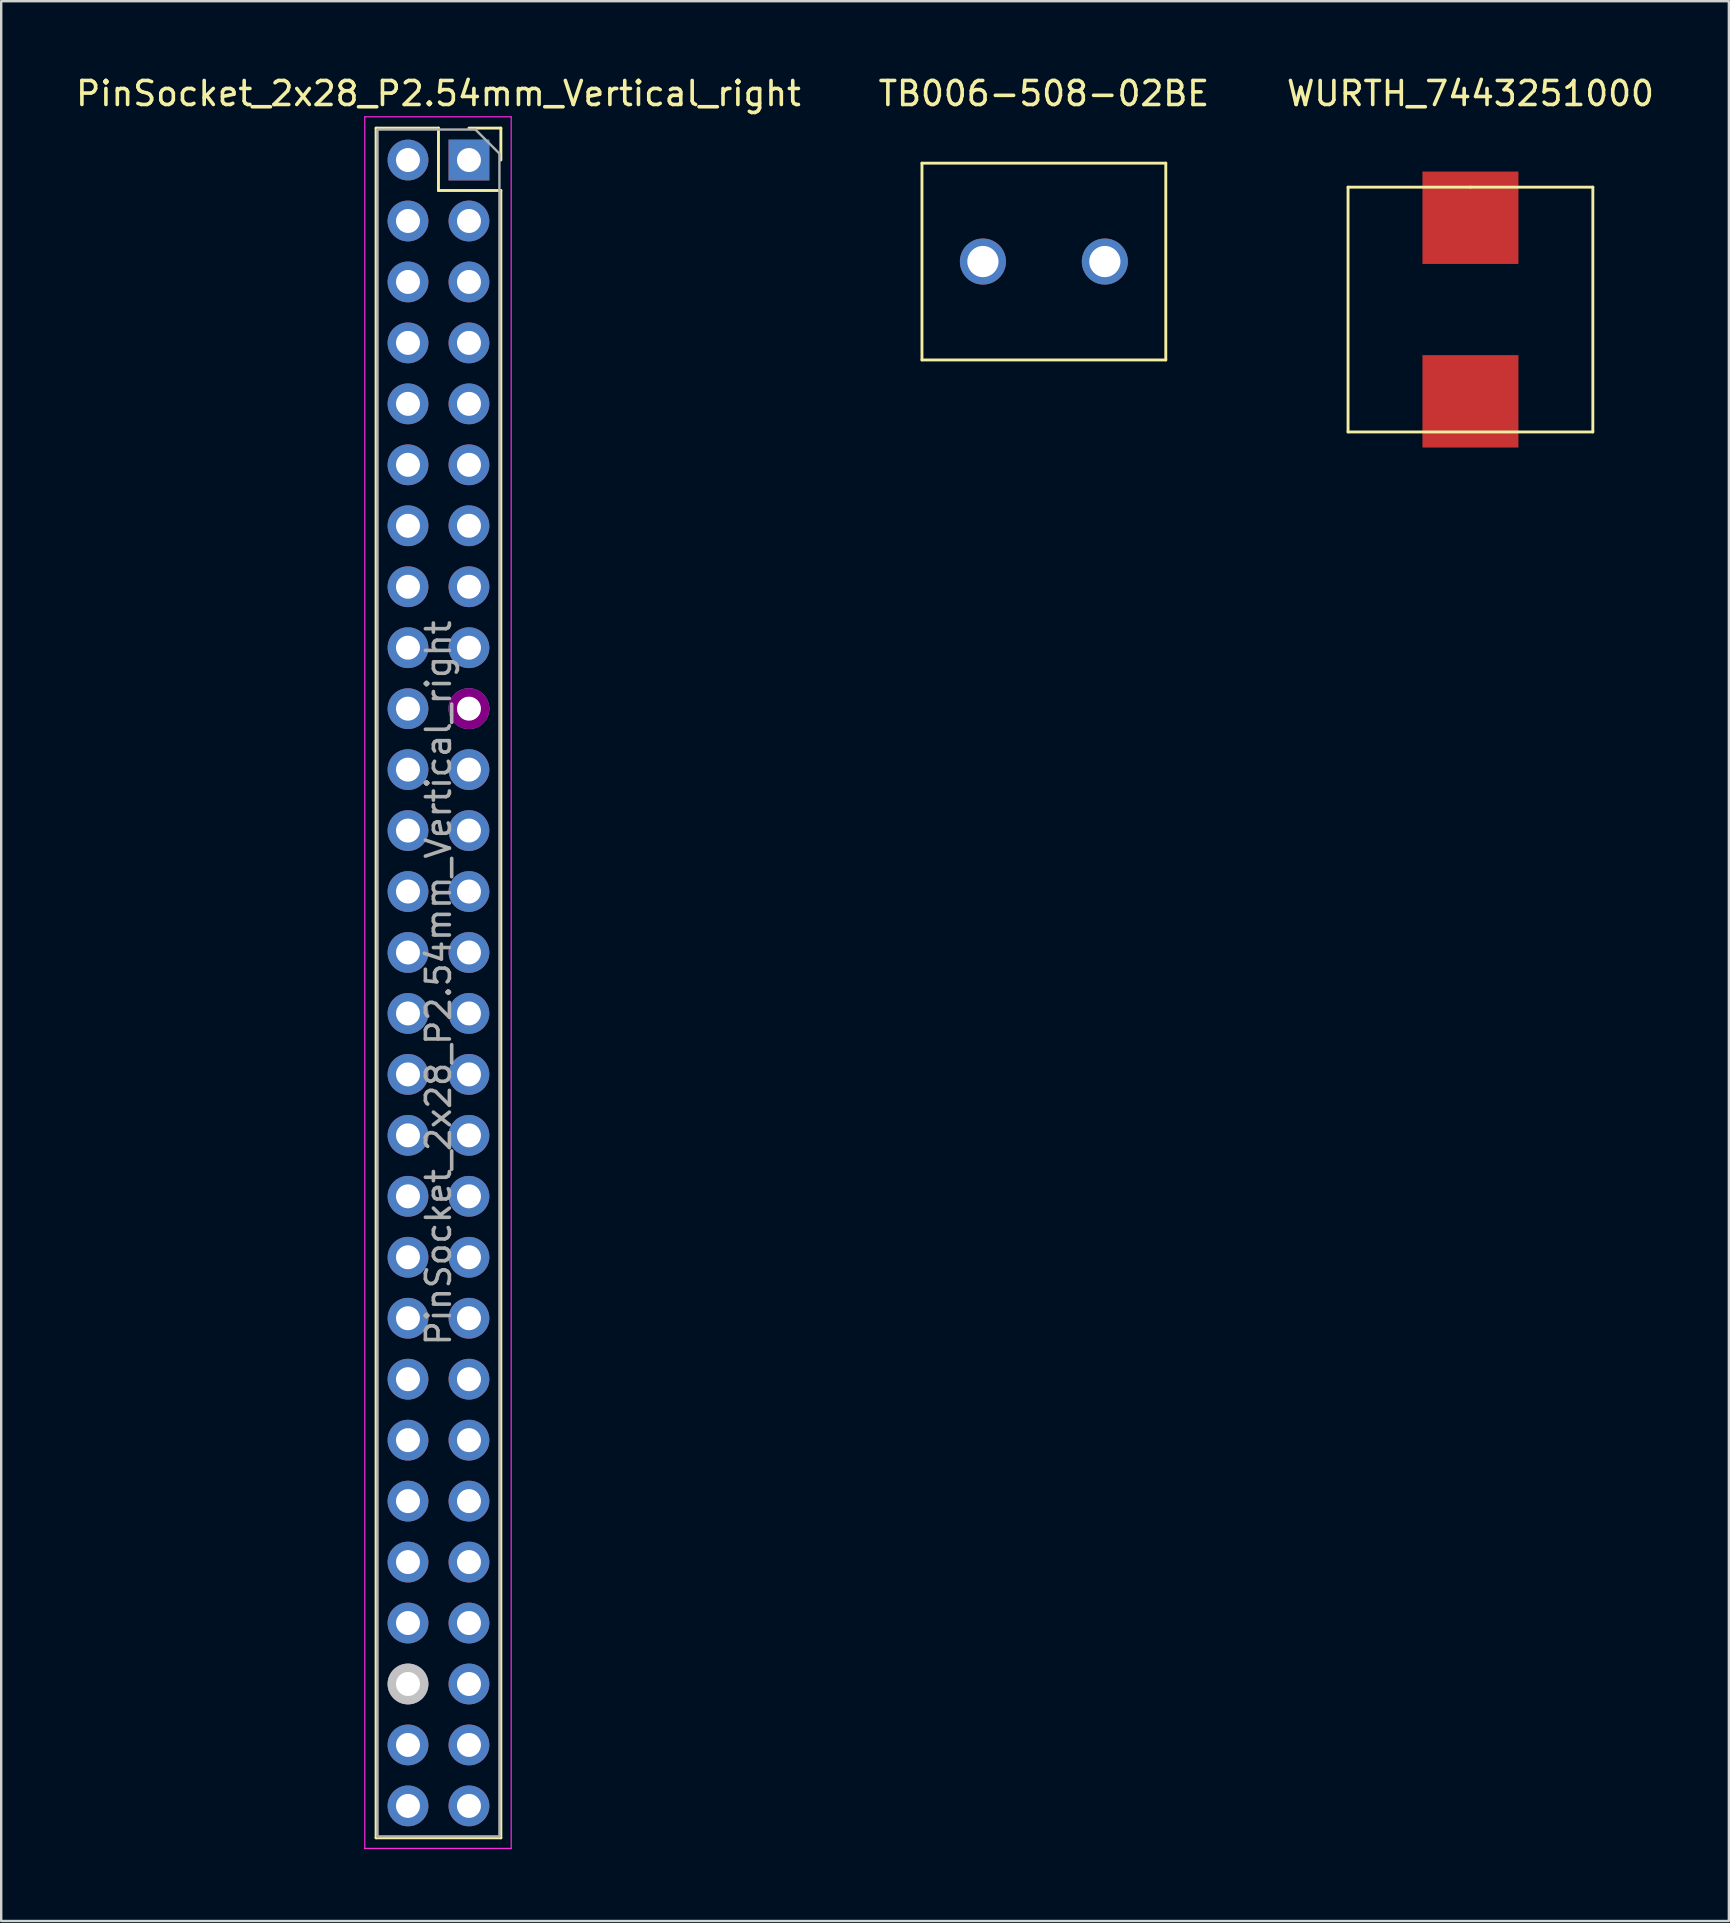
<source format=kicad_pcb>
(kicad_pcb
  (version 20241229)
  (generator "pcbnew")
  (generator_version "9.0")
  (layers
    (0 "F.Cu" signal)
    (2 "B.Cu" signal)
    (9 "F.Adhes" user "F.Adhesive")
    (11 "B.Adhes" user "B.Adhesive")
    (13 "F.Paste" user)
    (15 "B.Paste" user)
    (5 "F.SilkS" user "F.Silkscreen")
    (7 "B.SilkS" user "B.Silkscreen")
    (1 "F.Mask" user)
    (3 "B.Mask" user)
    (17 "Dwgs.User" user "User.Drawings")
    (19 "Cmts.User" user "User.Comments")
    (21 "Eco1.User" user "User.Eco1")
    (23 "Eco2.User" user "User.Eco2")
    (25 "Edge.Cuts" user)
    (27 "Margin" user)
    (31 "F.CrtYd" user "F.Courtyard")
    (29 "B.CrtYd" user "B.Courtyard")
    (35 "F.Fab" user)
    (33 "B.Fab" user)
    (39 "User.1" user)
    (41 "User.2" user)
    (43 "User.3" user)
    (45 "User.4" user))
  (footprint "PinSocket_2x28_P2.54mm_Vertical_right"
    (layer "F.Cu")
    (at 16.49 3.618)
    (property "Reference" "PinSocket_2x28_P2.54mm_Vertical_right" (at -1.27 -2.77 0) (layer "F.SilkS") (effects (font (size 1 1) (thickness 0.15))))
    (attr through_hole)
    (fp_line (start -3.87 -1.33) (end -3.87 69.91) (stroke (width 0.12) (type solid)) (layer "F.SilkS"))
    (fp_line (start -3.87 -1.33) (end -1.27 -1.33) (stroke (width 0.12) (type solid)) (layer "F.SilkS"))
    (fp_line (start -3.87 69.91) (end 1.33 69.91) (stroke (width 0.12) (type solid)) (layer "F.SilkS"))
    (fp_line (start -1.27 -1.33) (end -1.27 1.27) (stroke (width 0.12) (type solid)) (layer "F.SilkS"))
    (fp_line (start -1.27 1.27) (end 1.33 1.27) (stroke (width 0.12) (type solid)) (layer "F.SilkS"))
    (fp_line (start 0 -1.33) (end 1.33 -1.33) (stroke (width 0.12) (type solid)) (layer "F.SilkS"))
    (fp_line (start 1.33 -1.33) (end 1.33 0) (stroke (width 0.12) (type solid)) (layer "F.SilkS"))
    (fp_line (start 1.33 1.27) (end 1.33 69.91) (stroke (width 0.12) (type solid)) (layer "F.SilkS"))
    (fp_line (start -4.34 -1.8) (end 1.76 -1.8) (stroke (width 0.05) (type solid)) (layer "F.CrtYd"))
    (fp_line (start -4.34 70.35) (end -4.34 -1.8) (stroke (width 0.05) (type solid)) (layer "F.CrtYd"))
    (fp_line (start 1.76 -1.8) (end 1.76 70.35) (stroke (width 0.05) (type solid)) (layer "F.CrtYd"))
    (fp_line (start 1.76 70.35) (end -4.34 70.35) (stroke (width 0.05) (type solid)) (layer "F.CrtYd"))
    (fp_line (start -3.81 -1.27) (end 0.27 -1.27) (stroke (width 0.1) (type solid)) (layer "F.Fab"))
    (fp_line (start -3.81 69.85) (end -3.81 -1.27) (stroke (width 0.1) (type solid)) (layer "F.Fab"))
    (fp_line (start 0.27 -1.27) (end 1.27 -0.27) (stroke (width 0.1) (type solid)) (layer "F.Fab"))
    (fp_line (start 1.27 -0.27) (end 1.27 69.85) (stroke (width 0.1) (type solid)) (layer "F.Fab"))
    (fp_line (start 1.27 69.85) (end -3.81 69.85) (stroke (width 0.1) (type solid)) (layer "F.Fab"))
    (fp_text user "${REFERENCE}" (at -1.27 34.29 90) (layer "F.Fab") (effects (font (size 1 1) (thickness 0.15))))
    (pad "1a" thru_hole rect (at 0 0) (size 1.7 1.7) (drill 1) (layers "*.Cu" "*.Mask"))
    (pad "1b" thru_hole oval (at -2.54 0) (size 1.7 1.7) (drill 1) (layers "*.Cu" "*.Mask"))
    (pad "2a" thru_hole oval (at 0 2.54) (size 1.7 1.7) (drill 1) (layers "*.Cu" "*.Mask"))
    (pad "2b" thru_hole oval (at -2.54 2.54) (size 1.7 1.7) (drill 1) (layers "*.Cu" "*.Mask"))
    (pad "3a" thru_hole oval (at 0 5.08) (size 1.7 1.7) (drill 1) (layers "*.Cu" "*.Mask"))
    (pad "3b" thru_hole oval (at -2.54 5.08) (size 1.7 1.7) (drill 1) (layers "*.Cu" "*.Mask"))
    (pad "4a" thru_hole oval (at 0 7.62) (size 1.7 1.7) (drill 1) (layers "*.Cu" "*.Mask"))
    (pad "4b" thru_hole oval (at -2.54 7.62) (size 1.7 1.7) (drill 1) (layers "*.Cu" "*.Mask"))
    (pad "5a" thru_hole oval (at 0 10.16) (size 1.7 1.7) (drill 1) (layers "*.Cu" "*.Mask"))
    (pad "5b" thru_hole oval (at -2.54 10.16) (size 1.7 1.7) (drill 1) (layers "*.Cu" "*.Mask"))
    (pad "6a" thru_hole oval (at 0 12.7) (size 1.7 1.7) (drill 1) (layers "*.Cu" "*.Mask"))
    (pad "6b" thru_hole oval (at -2.54 12.7) (size 1.7 1.7) (drill 1) (layers "*.Cu" "*.Mask"))
    (pad "7a" thru_hole oval (at 0 15.24) (size 1.7 1.7) (drill 1) (layers "*.Cu" "*.Mask"))
    (pad "7b" thru_hole oval (at -2.54 15.24) (size 1.7 1.7) (drill 1) (layers "*.Cu" "*.Mask"))
    (pad "8a" thru_hole oval (at 0 17.78) (size 1.7 1.7) (drill 1) (layers "*.Cu" "*.Mask"))
    (pad "8b" thru_hole oval (at -2.54 17.78) (size 1.7 1.7) (drill 1) (layers "*.Cu" "*.Mask"))
    (pad "9a" thru_hole oval (at 0 20.32) (size 1.7 1.7) (drill 1) (layers "*.Cu" "*.Mask"))
    (pad "9b" thru_hole oval (at -2.54 20.32) (size 1.7 1.7) (drill 1) (layers "*.Cu" "*.Mask"))
    (pad "10a" thru_hole oval (at 0 22.86) (size 1.7 1.7) (drill 1) (layers "*.Cu" "*.Mask" "F.Adhes"))
    (pad "10b" thru_hole oval (at -2.54 22.86) (size 1.7 1.7) (drill 1) (layers "*.Cu" "*.Mask"))
    (pad "11a" thru_hole oval (at 0 25.4) (size 1.7 1.7) (drill 1) (layers "*.Cu" "*.Mask"))
    (pad "11b" thru_hole oval (at -2.54 25.4) (size 1.7 1.7) (drill 1) (layers "*.Cu" "*.Mask"))
    (pad "12a" thru_hole oval (at 0 27.94) (size 1.7 1.7) (drill 1) (layers "*.Cu" "*.Mask"))
    (pad "12b" thru_hole oval (at -2.54 27.94) (size 1.7 1.7) (drill 1) (layers "*.Cu" "*.Mask"))
    (pad "13a" thru_hole oval (at 0 30.48) (size 1.7 1.7) (drill 1) (layers "*.Cu" "*.Mask"))
    (pad "13b" thru_hole oval (at -2.54 30.48) (size 1.7 1.7) (drill 1) (layers "*.Cu" "*.Mask"))
    (pad "14a" thru_hole oval (at 0 33.02) (size 1.7 1.7) (drill 1) (layers "*.Cu" "*.Mask"))
    (pad "14b" thru_hole oval (at -2.54 33.02) (size 1.7 1.7) (drill 1) (layers "*.Cu" "*.Mask"))
    (pad "15a" thru_hole oval (at 0 35.56) (size 1.7 1.7) (drill 1) (layers "*.Cu" "*.Mask"))
    (pad "15b" thru_hole oval (at -2.54 35.56) (size 1.7 1.7) (drill 1) (layers "*.Cu" "*.Mask" "F.Paste"))
    (pad "16a" thru_hole oval (at 0 38.1) (size 1.7 1.7) (drill 1) (layers "*.Cu" "*.Mask"))
    (pad "16b" thru_hole oval (at -2.54 38.1) (size 1.7 1.7) (drill 1) (layers "*.Cu" "*.Mask"))
    (pad "17a" thru_hole oval (at 0 40.64) (size 1.7 1.7) (drill 1) (layers "*.Cu" "*.Mask"))
    (pad "17b" thru_hole oval (at -2.54 40.64) (size 1.7 1.7) (drill 1) (layers "*.Cu" "*.Mask"))
    (pad "18a" thru_hole oval (at 0 43.18) (size 1.7 1.7) (drill 1) (layers "*.Cu" "*.Mask"))
    (pad "18b" thru_hole oval (at -2.54 43.18) (size 1.7 1.7) (drill 1) (layers "*.Cu" "*.Mask"))
    (pad "19a" thru_hole oval (at 0 45.72) (size 1.7 1.7) (drill 1) (layers "*.Cu" "*.Mask"))
    (pad "19b" thru_hole oval (at -2.54 45.72) (size 1.7 1.7) (drill 1) (layers "*.Cu" "*.Mask"))
    (pad "20a" thru_hole oval (at 0 48.26) (size 1.7 1.7) (drill 1) (layers "*.Cu" "*.Mask"))
    (pad "20b" thru_hole oval (at -2.54 48.26) (size 1.7 1.7) (drill 1) (layers "*.Cu" "*.Mask"))
    (pad "21a" thru_hole oval (at 0 50.8) (size 1.7 1.7) (drill 1) (layers "*.Cu" "*.Mask"))
    (pad "21b" thru_hole oval (at -2.54 50.8) (size 1.7 1.7) (drill 1) (layers "*.Cu" "*.Mask"))
    (pad "22a" thru_hole oval (at 0 53.34) (size 1.7 1.7) (drill 1) (layers "*.Cu" "*.Mask"))
    (pad "22b" thru_hole oval (at -2.54 53.34) (size 1.7 1.7) (drill 1) (layers "*.Cu" "*.Mask"))
    (pad "23a" thru_hole oval (at 0 55.88) (size 1.7 1.7) (drill 1) (layers "*.Cu" "*.Mask"))
    (pad "23b" thru_hole oval (at -2.54 55.88) (size 1.7 1.7) (drill 1) (layers "*.Cu" "*.Mask" "B.Adhes"))
    (pad "24a" thru_hole oval (at 0 58.42) (size 1.7 1.7) (drill 1) (layers "*.Cu" "*.Mask"))
    (pad "24b" thru_hole oval (at -2.54 58.42) (size 1.7 1.7) (drill 1) (layers "*.Cu" "*.Mask"))
    (pad "25a" thru_hole oval (at 0 60.96) (size 1.7 1.7) (drill 1) (layers "*.Cu" "*.Mask"))
    (pad "25b" thru_hole oval (at -2.54 60.96) (size 1.7 1.7) (drill 1) (layers "*.Cu" "*.Mask"))
    (pad "26a" thru_hole oval (at 0 63.5) (size 1.7 1.7) (drill 1) (layers "*.Cu" "*.Mask"))
    (pad "26b" thru_hole oval (at -2.54 63.5) (size 1.7 1.7) (drill 1) (layers "*.Cu" "*.Mask" "Dwgs.User"))
    (pad "27a" thru_hole oval (at 0 66.04) (size 1.7 1.7) (drill 1) (layers "*.Cu" "*.Mask"))
    (pad "27b" thru_hole oval (at -2.54 66.04) (size 1.7 1.7) (drill 1) (layers "*.Cu" "*.Mask"))
    (pad "28a" thru_hole oval (at 0 68.58) (size 1.7 1.7) (drill 1) (layers "*.Cu" "*.Mask"))
    (pad "28b" thru_hole oval (at -2.54 68.58) (size 1.7 1.7) (drill 1) (layers "*.Cu" "*.Mask")))
  (footprint "TB006-508-02BE"
    (layer "F.Cu")
    (at 40.446 7.848)
    (property "Reference" "TB006-508-02BE" (at 0 -7 0) (layer "F.SilkS") (effects (font (size 1 1) (thickness 0.15))))
    (attr through_hole)
    (fp_line (start -5.08 -4.1) (end -5.08 4.1) (stroke (width 0.12) (type solid)) (layer "F.SilkS"))
    (fp_line (start -5.08 4.1) (end 5.08 4.1) (stroke (width 0.12) (type solid)) (layer "F.SilkS"))
    (fp_line (start 5.08 -4.1) (end -5.08 -4.1) (stroke (width 0.12) (type solid)) (layer "F.SilkS"))
    (fp_line (start 5.08 4.1) (end 5.08 -4.1) (stroke (width 0.12) (type solid)) (layer "F.SilkS"))
    (pad "1" thru_hole circle (at -2.54 0) (size 1.92 1.92) (drill 1.3) (layers "*.Cu" "*.Mask"))
    (pad "2" thru_hole circle (at 2.54 0) (size 1.92 1.92) (drill 1.3) (layers "*.Cu" "*.Mask")))
  (footprint "WURTH_7443251000"
    (layer "F.Cu")
    (at 58.22 9.848)
    (property "Reference" "WURTH_7443251000" (at 0 -9 0) (layer "F.SilkS") (effects (font (size 1 1) (thickness 0.15))))
    (attr through_hole)
    (fp_line (start -5.1 -5.1) (end -5.1 5.1) (stroke (width 0.12) (type solid)) (layer "F.SilkS"))
    (fp_line (start -5.1 5.1) (end 5.1 5.1) (stroke (width 0.12) (type solid)) (layer "F.SilkS"))
    (fp_line (start 0 -5.1) (end -5.1 -5.1) (stroke (width 0.12) (type solid)) (layer "F.SilkS"))
    (fp_line (start 5.1 -5.1) (end 0 -5.1) (stroke (width 0.12) (type solid)) (layer "F.SilkS"))
    (fp_line (start 5.1 5.1) (end 5.1 -5.1) (stroke (width 0.12) (type solid)) (layer "F.SilkS"))
    (pad "1" smd rect (at 0 -3.825) (size 4 3.85) (layers "F.Cu" "F.Mask" "F.Paste"))
    (pad "2" smd rect (at 0 3.825) (size 4 3.85) (layers "F.Cu" "F.Mask" "F.Paste")))
  (gr_rect
    (start -3 -3)
    (end 68.988 76.993)
    (stroke (width 0.1) (type default))
    (fill no)
    (layer "Edge.Cuts")))
</source>
